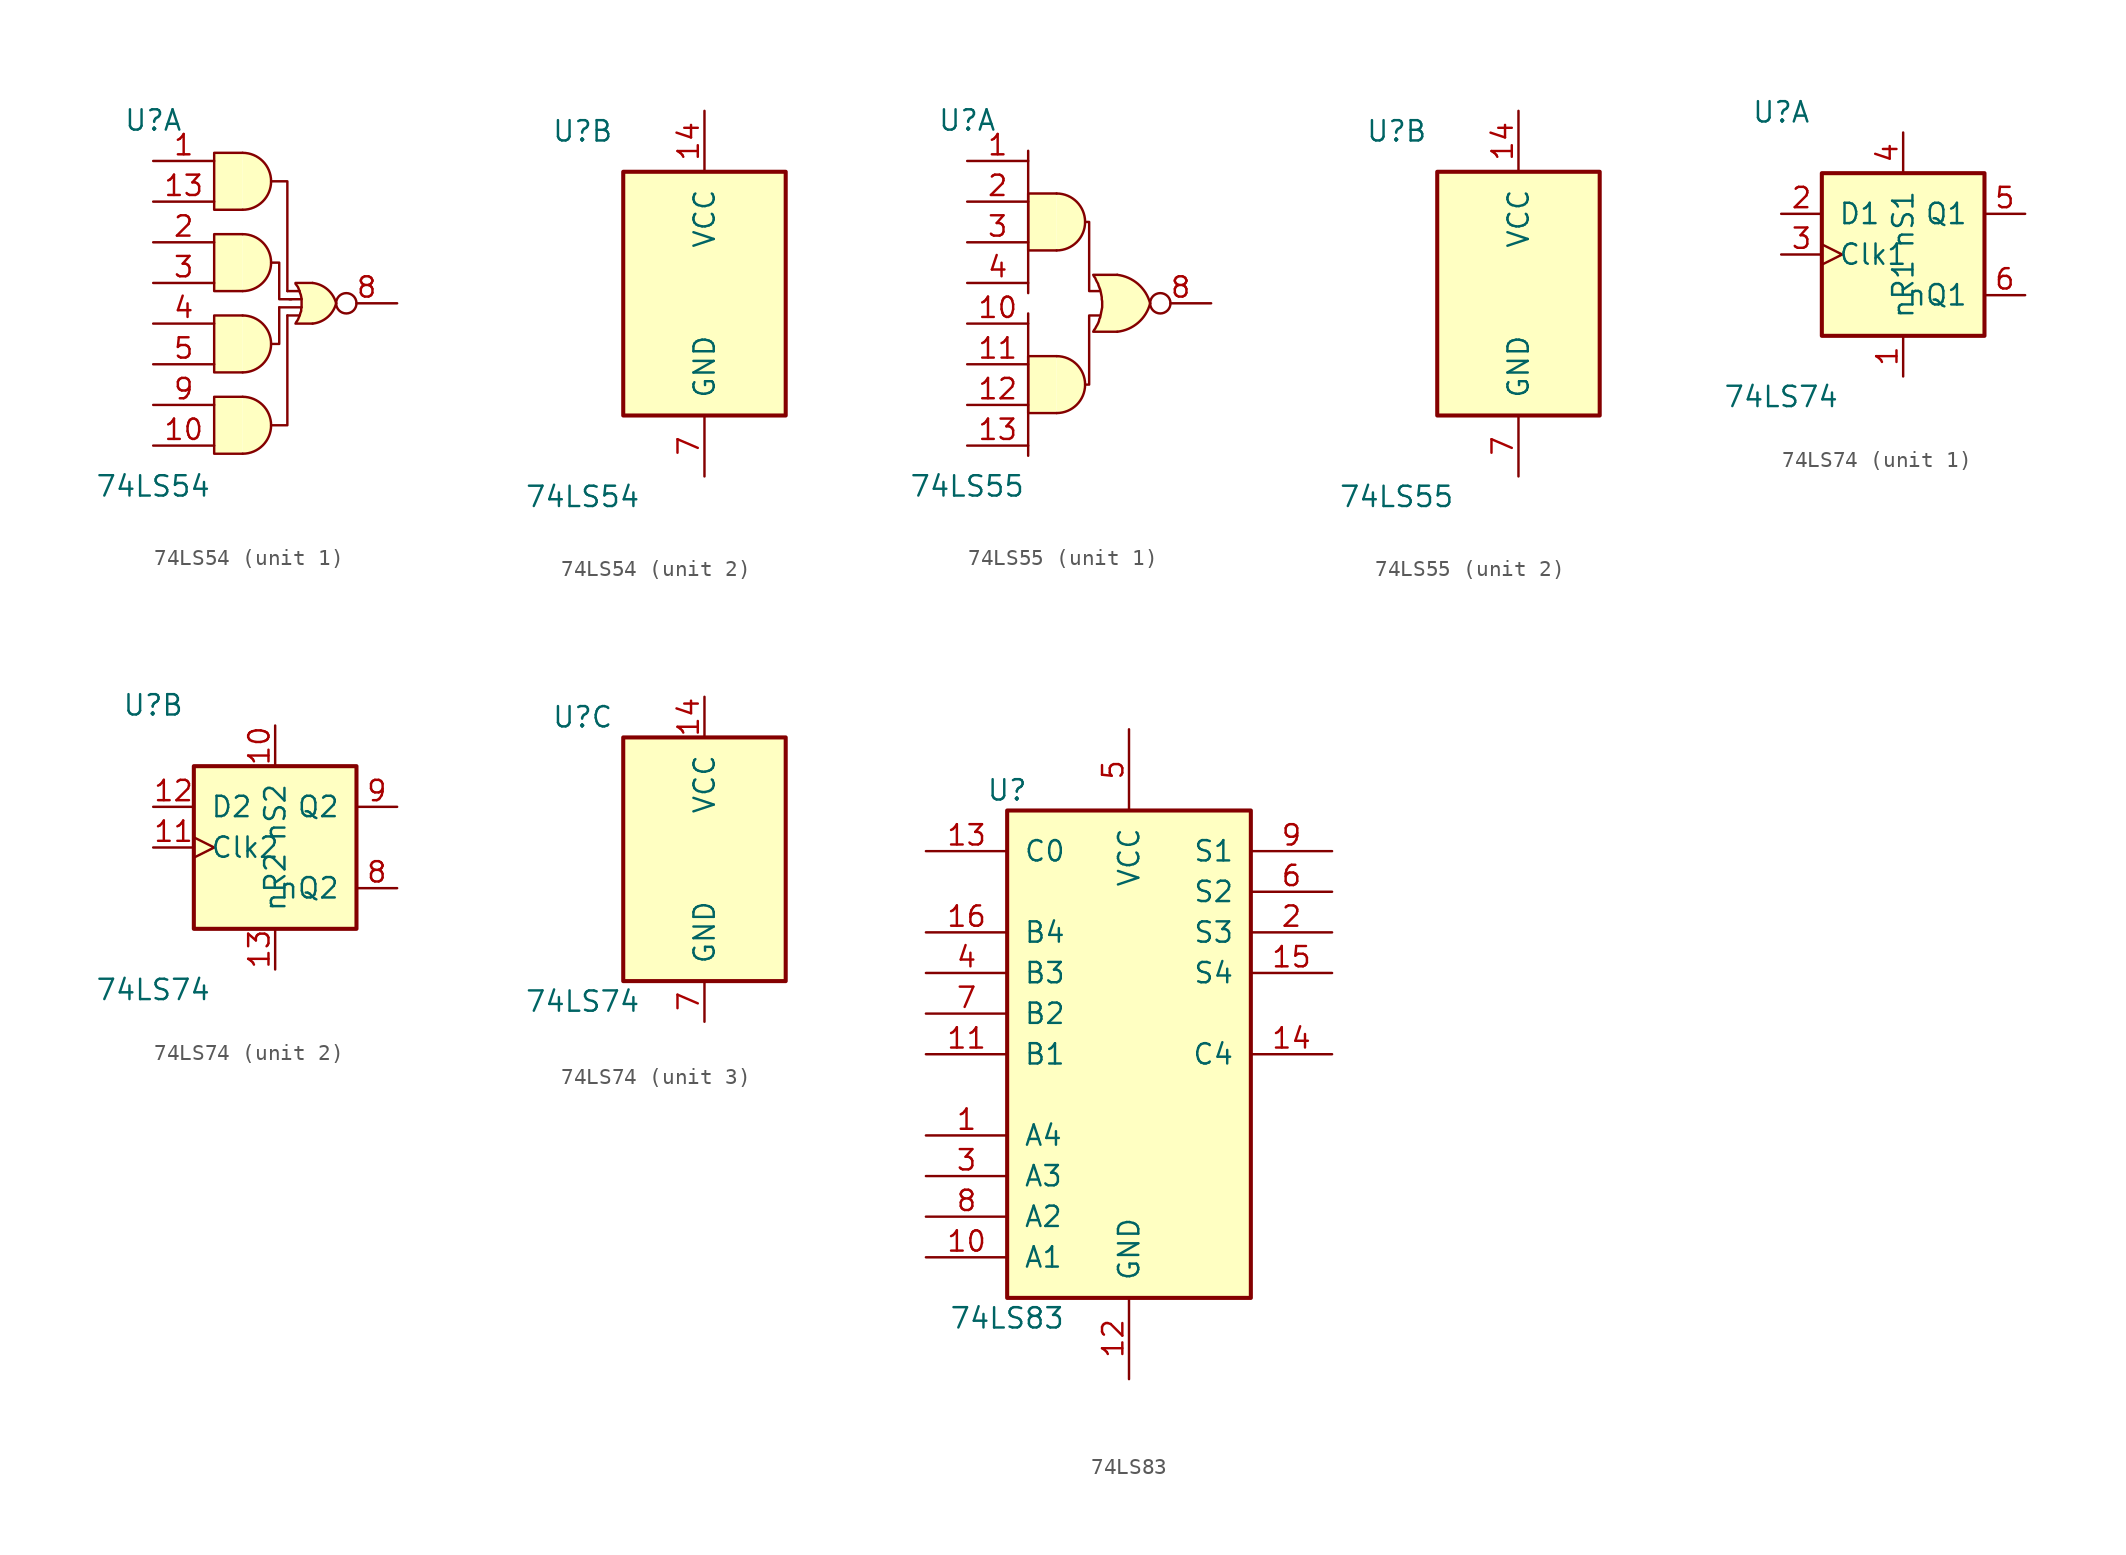
<source format=kicad_sym>
(kicad_symbol_lib
  (version 20211014)
  (generator kicad_symbol_editor)
  (symbol "74LS54"
    (pin_names
      (offset 1.016))
    (property "Reference" "U"
      (at -7.62 10.16 0)
      (effects (font (size 1.27 1.27))))
    (property "Value" "74LS54"
      (at -7.62 -12.7 0)
      (effects (font (size 1.27 1.27))))
    (property "ki_locked" ""
      (at 0 0 0)
      (effects (font (size 1.27 1.27))))
    (symbol "74LS54_1_0"
      (arc (start -2.032 -10.668) (mid -0.254 -8.89) (end -2.032 -7.112) (stroke (width 0) (type default) (color 0 0 0 0)) (fill (type background)))
      (arc (start -2.032 -5.588) (mid -0.254 -3.81) (end -2.032 -2.032) (stroke (width 0) (type default) (color 0 0 0 0)) (fill (type background)))
      (arc (start -2.032 -0.508) (mid -0.254 1.27) (end -2.032 3.048) (stroke (width 0) (type default) (color 0 0 0 0)) (fill (type background)))
      (arc (start -2.032 4.572) (mid -0.254 6.35) (end -2.032 8.128) (stroke (width 0) (type default) (color 0 0 0 0)) (fill (type background)))
      (polyline (pts (xy 0.254 -1.524) (xy 1.651 -1.524)) (stroke (width 0) (type default) (color 0 0 0 0)) (fill (type none)))
      (polyline (pts (xy 0.762 -2.032) (xy 1.524 -2.032)) (stroke (width 0) (type default) (color 0 0 0 0)) (fill (type none)))
      (polyline (pts (xy 0.762 -0.508) (xy 1.524 -0.508)) (stroke (width 0) (type default) (color 0 0 0 0)) (fill (type none)))
      (polyline (pts (xy 1.651 -1.016) (xy 0.889 -1.016)) (stroke (width 0) (type default) (color 0 0 0 0)) (fill (type none)))
      (polyline (pts (xy -0.254 -3.81) (xy 0.254 -3.81) (xy 0.254 -1.524)) (stroke (width 0) (type default) (color 0 0 0 0)) (fill (type none)))
      (polyline (pts (xy 0.762 -2.032) (xy 0.762 -8.89) (xy -0.254 -8.89)) (stroke (width 0) (type default) (color 0 0 0 0)) (fill (type none)))
      (polyline (pts (xy 0.762 -0.508) (xy 0.762 6.35) (xy -0.254 6.35)) (stroke (width 0) (type default) (color 0 0 0 0)) (fill (type none)))
      (polyline (pts (xy -2.032 -7.112) (xy -3.81 -7.112) (xy -3.81 -10.668) (xy -2.032 -10.668)) (stroke (width 0) (type default) (color 0 0 0 0)) (fill (type background)))
      (polyline (pts (xy -2.032 -2.032) (xy -3.81 -2.032) (xy -3.81 -5.588) (xy -2.032 -5.588)) (stroke (width 0) (type default) (color 0 0 0 0)) (fill (type background)))
      (polyline (pts (xy -2.032 3.048) (xy -3.81 3.048) (xy -3.81 -0.508) (xy -2.032 -0.508)) (stroke (width 0) (type default) (color 0 0 0 0)) (fill (type background)))
      (polyline (pts (xy -2.032 8.128) (xy -3.81 8.128) (xy -3.81 4.572) (xy -2.032 4.572)) (stroke (width 0) (type default) (color 0 0 0 0)) (fill (type background)))
      (polyline (pts (xy 1.016 -1.016) (xy 0.254 -1.016) (xy 0.254 1.27) (xy -0.254 1.27)) (stroke (width 0) (type default) (color 0 0 0 0)) (fill (type none)))
      (polyline (pts (xy 2.337 0) (xy 1.27 0) (xy 1.27 0) (xy 1.27 -0.051) (xy 1.346 -0.152) (xy 1.422 -0.254) (xy 1.473 -0.381) (xy 1.524 -0.508) (xy 1.549 -0.61) (xy 1.6 -0.737) (xy 1.626 -0.864) (xy 1.651 -0.991) (xy 1.651 -1.118) (xy 1.651 -1.245) (xy 1.651 -1.372) (xy 1.651 -1.499) (xy 1.626 -1.626) (xy 1.626 -1.753) (xy 1.575 -1.88) (xy 1.549 -1.981) (xy 1.499 -2.108) (xy 1.448 -2.235) (xy 1.397 -2.337) (xy 1.321 -2.438) (xy 1.27 -2.54) (xy 1.27 -2.54) (xy 2.337 -2.54)) (stroke (width 0.152) (type default) (color 0 0 0 0)) (fill (type background)))
      (arc (start 2.3368 -2.54) (mid 3.2732 -2.1367) (end 3.81 -1.27) (stroke (width 0.1524) (type default) (color 0 0 0 0)) (fill (type background)))
      (arc (start 3.81 -1.27) (mid 3.2703 -0.4066) (end 2.3368 0) (stroke (width 0.1524) (type default) (color 0 0 0 0)) (fill (type background)))
      (pin input line (at -7.62 7.62 0) (length 3.81) (name "~" (effects (font (size 1.27 1.27)))) (number "1" (effects (font (size 1.27 1.27)))))
      (pin input line (at -7.62 -10.16 0) (length 3.81) (name "~" (effects (font (size 1.27 1.27)))) (number "10" (effects (font (size 1.27 1.27)))))
      (pin input line (at -7.62 5.08 0) (length 3.81) (name "~" (effects (font (size 1.27 1.27)))) (number "13" (effects (font (size 1.27 1.27)))))
      (pin input line (at -7.62 2.54 0) (length 3.81) (name "~" (effects (font (size 1.27 1.27)))) (number "2" (effects (font (size 1.27 1.27)))))
      (pin input line (at -7.62 0 0) (length 3.81) (name "~" (effects (font (size 1.27 1.27)))) (number "3" (effects (font (size 1.27 1.27)))))
      (pin input line (at -7.62 -2.54 0) (length 3.81) (name "~" (effects (font (size 1.27 1.27)))) (number "4" (effects (font (size 1.27 1.27)))))
      (pin input line (at -7.62 -5.08 0) (length 3.81) (name "~" (effects (font (size 1.27 1.27)))) (number "5" (effects (font (size 1.27 1.27)))))
      (pin output inverted (at 7.62 -1.27 180) (length 3.81) (name "~" (effects (font (size 1.27 1.27)))) (number "8" (effects (font (size 1.27 1.27)))))
      (pin input line (at -7.62 -7.62 0) (length 3.81) (name "~" (effects (font (size 1.27 1.27)))) (number "9" (effects (font (size 1.27 1.27))))))
    (symbol "74LS54_2_0"
      (pin power_in line (at 0 11.43 270) (length 3.81) (name "VCC" (effects (font (size 1.27 1.27)))) (number "14" (effects (font (size 1.27 1.27)))))
      (pin power_in line (at 0 -11.43 90) (length 3.81) (name "GND" (effects (font (size 1.27 1.27)))) (number "7" (effects (font (size 1.27 1.27))))))
    (symbol "74LS54_2_1"
      (rectangle (start -5.08 7.62) (end 5.08 -7.62) (stroke (width 0.254) (type default) (color 0 0 0 0)) (fill (type background)))))
  (symbol "74LS55"
    (pin_names
      (offset 1.016))
    (property "Reference" "U"
      (at -7.62 10.16 0)
      (effects (font (size 1.27 1.27))))
    (property "Value" "74LS55"
      (at -7.62 -12.7 0)
      (effects (font (size 1.27 1.27))))
    (property "ki_locked" ""
      (at 0 0 0)
      (effects (font (size 1.27 1.27))))
    (symbol "74LS55_1_0"
      (arc (start -2.032 -8.128) (mid -0.254 -6.35) (end -2.032 -4.572) (stroke (width 0) (type default) (color 0 0 0 0)) (fill (type background)))
      (arc (start -2.032 2.032) (mid -0.254 3.81) (end -2.032 5.588) (stroke (width 0) (type default) (color 0 0 0 0)) (fill (type background)))
      (polyline (pts (xy -3.81 -1.905) (xy -3.81 -10.795)) (stroke (width 0) (type default) (color 0 0 0 0)) (fill (type none)))
      (polyline (pts (xy -3.81 8.255) (xy -3.81 -0.635)) (stroke (width 0) (type default) (color 0 0 0 0)) (fill (type none)))
      (polyline (pts (xy -2.032 -4.572) (xy -3.81 -4.572) (xy -3.81 -8.128) (xy -2.032 -8.128)) (stroke (width 0) (type default) (color 0 0 0 0)) (fill (type background)))
      (polyline (pts (xy -2.032 5.588) (xy -3.81 5.588) (xy -3.81 2.032) (xy -2.032 2.032)) (stroke (width 0) (type default) (color 0 0 0 0)) (fill (type background)))
      (polyline (pts (xy -0.254 3.81) (xy 0 3.81) (xy 0 -0.508) (xy 0.635 -0.508)) (stroke (width 0) (type default) (color 0 0 0 0)) (fill (type none)))
      (polyline (pts (xy 0.635 -2.032) (xy 0 -2.032) (xy 0 -6.35) (xy -0.254 -6.35)) (stroke (width 0) (type default) (color 0 0 0 0)) (fill (type none)))
      (polyline (pts (xy 1.753 0.508) (xy 0.254 0.508) (xy 0.254 0.508) (xy 0.305 0.406) (xy 0.381 0.305) (xy 0.432 0.178) (xy 0.483 0.076) (xy 0.559 -0.051) (xy 0.584 -0.152) (xy 0.635 -0.279) (xy 0.686 -0.406) (xy 0.711 -0.508) (xy 0.737 -0.635) (xy 0.762 -0.762) (xy 0.787 -0.889) (xy 0.787 -1.016) (xy 0.813 -1.143) (xy 0.813 -1.27) (xy 0.813 -1.397) (xy 0.813 -1.524) (xy 0.787 -1.651) (xy 0.762 -1.778) (xy 0.737 -1.905) (xy 0.711 -2.032) (xy 0.686 -2.159) (xy 0.635 -2.261) (xy 0.61 -2.388) (xy 0.559 -2.515) (xy 0.508 -2.616) (xy 0.432 -2.743) (xy 0.381 -2.845) (xy 0.305 -2.946) (xy 0.254 -3.048) (xy 0.254 -3.048) (xy 1.753 -3.048)) (stroke (width 0.152) (type default) (color 0 0 0 0)) (fill (type background)))
      (arc (start 1.7526 -3.048) (mid 3.0615 -2.4832) (end 3.81 -1.27) (stroke (width 0.1524) (type default) (color 0 0 0 0)) (fill (type background)))
      (arc (start 3.81 -1.27) (mid 3.0545 -0.0648) (end 1.7526 0.508) (stroke (width 0.1524) (type default) (color 0 0 0 0)) (fill (type background)))
      (pin input line (at -7.62 7.62 0) (length 3.81) (name "~" (effects (font (size 1.27 1.27)))) (number "1" (effects (font (size 1.27 1.27)))))
      (pin input line (at -7.62 -2.54 0) (length 3.81) (name "~" (effects (font (size 1.27 1.27)))) (number "10" (effects (font (size 1.27 1.27)))))
      (pin input line (at -7.62 -5.08 0) (length 3.81) (name "~" (effects (font (size 1.27 1.27)))) (number "11" (effects (font (size 1.27 1.27)))))
      (pin input line (at -7.62 -7.62 0) (length 3.81) (name "~" (effects (font (size 1.27 1.27)))) (number "12" (effects (font (size 1.27 1.27)))))
      (pin input line (at -7.62 -10.16 0) (length 3.81) (name "~" (effects (font (size 1.27 1.27)))) (number "13" (effects (font (size 1.27 1.27)))))
      (pin input line (at -7.62 5.08 0) (length 3.81) (name "~" (effects (font (size 1.27 1.27)))) (number "2" (effects (font (size 1.27 1.27)))))
      (pin input line (at -7.62 2.54 0) (length 3.81) (name "~" (effects (font (size 1.27 1.27)))) (number "3" (effects (font (size 1.27 1.27)))))
      (pin input line (at -7.62 0 0) (length 3.81) (name "~" (effects (font (size 1.27 1.27)))) (number "4" (effects (font (size 1.27 1.27)))))
      (pin output inverted (at 7.62 -1.27 180) (length 3.81) (name "~" (effects (font (size 1.27 1.27)))) (number "8" (effects (font (size 1.27 1.27))))))
    (symbol "74LS55_2_0"
      (pin power_in line (at 0 11.43 270) (length 3.81) (name "VCC" (effects (font (size 1.27 1.27)))) (number "14" (effects (font (size 1.27 1.27)))))
      (pin power_in line (at 0 -11.43 90) (length 3.81) (name "GND" (effects (font (size 1.27 1.27)))) (number "7" (effects (font (size 1.27 1.27))))))
    (symbol "74LS55_2_1"
      (rectangle (start -5.08 7.62) (end 5.08 -7.62) (stroke (width 0.254) (type default) (color 0 0 0 0)) (fill (type background)))))
  (symbol "74LS74"
    (pin_names
      (offset 1.016))
    (property "Reference" "U"
      (at -7.62 8.89 0)
      (effects (font (size 1.27 1.27))))
    (property "Value" "74LS74"
      (at -7.62 -8.89 0)
      (effects (font (size 1.27 1.27))))
    (property "ki_locked" ""
      (at 0 0 0)
      (effects (font (size 1.27 1.27))))
    (symbol "74LS74_1_0"
      (pin input line (at 0 -7.62 90) (length 2.54) (name "nR1" (effects (font (size 1.27 1.27)))) (number "1" (effects (font (size 1.27 1.27)))))
      (pin input line (at -7.62 2.54 0) (length 2.54) (name "D1" (effects (font (size 1.27 1.27)))) (number "2" (effects (font (size 1.27 1.27)))))
      (pin input clock (at -7.62 0 0) (length 2.54) (name "Clk1" (effects (font (size 1.27 1.27)))) (number "3" (effects (font (size 1.27 1.27)))))
      (pin input line (at 0 7.62 270) (length 2.54) (name "nS1" (effects (font (size 1.27 1.27)))) (number "4" (effects (font (size 1.27 1.27)))))
      (pin output line (at 7.62 2.54 180) (length 2.54) (name "Q1" (effects (font (size 1.27 1.27)))) (number "5" (effects (font (size 1.27 1.27)))))
      (pin output line (at 7.62 -2.54 180) (length 2.54) (name "nQ1" (effects (font (size 1.27 1.27)))) (number "6" (effects (font (size 1.27 1.27))))))
    (symbol "74LS74_1_1"
      (rectangle (start -5.08 5.08) (end 5.08 -5.08) (stroke (width 0.254) (type default) (color 0 0 0 0)) (fill (type background))))
    (symbol "74LS74_2_0"
      (pin input line (at 0 7.62 270) (length 2.54) (name "nS2" (effects (font (size 1.27 1.27)))) (number "10" (effects (font (size 1.27 1.27)))))
      (pin input clock (at -7.62 0 0) (length 2.54) (name "Clk2" (effects (font (size 1.27 1.27)))) (number "11" (effects (font (size 1.27 1.27)))))
      (pin input line (at -7.62 2.54 0) (length 2.54) (name "D2" (effects (font (size 1.27 1.27)))) (number "12" (effects (font (size 1.27 1.27)))))
      (pin input line (at 0 -7.62 90) (length 2.54) (name "nR2" (effects (font (size 1.27 1.27)))) (number "13" (effects (font (size 1.27 1.27)))))
      (pin output line (at 7.62 -2.54 180) (length 2.54) (name "nQ2" (effects (font (size 1.27 1.27)))) (number "8" (effects (font (size 1.27 1.27)))))
      (pin output line (at 7.62 2.54 180) (length 2.54) (name "Q2" (effects (font (size 1.27 1.27)))) (number "9" (effects (font (size 1.27 1.27))))))
    (symbol "74LS74_2_1"
      (rectangle (start -5.08 5.08) (end 5.08 -5.08) (stroke (width 0.254) (type default) (color 0 0 0 0)) (fill (type background))))
    (symbol "74LS74_3_0"
      (pin power_in line (at 0 10.16 270) (length 2.54) (name "VCC" (effects (font (size 1.27 1.27)))) (number "14" (effects (font (size 1.27 1.27)))))
      (pin power_in line (at 0 -10.16 90) (length 2.54) (name "GND" (effects (font (size 1.27 1.27)))) (number "7" (effects (font (size 1.27 1.27))))))
    (symbol "74LS74_3_1"
      (rectangle (start -5.08 7.62) (end 5.08 -7.62) (stroke (width 0.254) (type default) (color 0 0 0 0)) (fill (type background)))))
  (symbol "74LS83"
    (pin_names
      (offset 1.016))
    (property "Reference" "U"
      (at -7.62 16.51 0)
      (effects (font (size 1.27 1.27))))
    (property "Value" "74LS83"
      (at -7.62 -16.51 0)
      (effects (font (size 1.27 1.27))))
    (symbol "74LS83_1_0"
      (pin input line (at -12.7 -5.08 0) (length 5.08) (name "A4" (effects (font (size 1.27 1.27)))) (number "1" (effects (font (size 1.27 1.27)))))
      (pin input line (at -12.7 -12.7 0) (length 5.08) (name "A1" (effects (font (size 1.27 1.27)))) (number "10" (effects (font (size 1.27 1.27)))))
      (pin input line (at -12.7 0 0) (length 5.08) (name "B1" (effects (font (size 1.27 1.27)))) (number "11" (effects (font (size 1.27 1.27)))))
      (pin power_in line (at 0 -20.32 90) (length 5.08) (name "GND" (effects (font (size 1.27 1.27)))) (number "12" (effects (font (size 1.27 1.27)))))
      (pin input line (at -12.7 12.7 0) (length 5.08) (name "C0" (effects (font (size 1.27 1.27)))) (number "13" (effects (font (size 1.27 1.27)))))
      (pin output line (at 12.7 0 180) (length 5.08) (name "C4" (effects (font (size 1.27 1.27)))) (number "14" (effects (font (size 1.27 1.27)))))
      (pin output line (at 12.7 5.08 180) (length 5.08) (name "S4" (effects (font (size 1.27 1.27)))) (number "15" (effects (font (size 1.27 1.27)))))
      (pin input line (at -12.7 7.62 0) (length 5.08) (name "B4" (effects (font (size 1.27 1.27)))) (number "16" (effects (font (size 1.27 1.27)))))
      (pin output line (at 12.7 7.62 180) (length 5.08) (name "S3" (effects (font (size 1.27 1.27)))) (number "2" (effects (font (size 1.27 1.27)))))
      (pin input line (at -12.7 -7.62 0) (length 5.08) (name "A3" (effects (font (size 1.27 1.27)))) (number "3" (effects (font (size 1.27 1.27)))))
      (pin input line (at -12.7 5.08 0) (length 5.08) (name "B3" (effects (font (size 1.27 1.27)))) (number "4" (effects (font (size 1.27 1.27)))))
      (pin power_in line (at 0 20.32 270) (length 5.08) (name "VCC" (effects (font (size 1.27 1.27)))) (number "5" (effects (font (size 1.27 1.27)))))
      (pin output line (at 12.7 10.16 180) (length 5.08) (name "S2" (effects (font (size 1.27 1.27)))) (number "6" (effects (font (size 1.27 1.27)))))
      (pin input line (at -12.7 2.54 0) (length 5.08) (name "B2" (effects (font (size 1.27 1.27)))) (number "7" (effects (font (size 1.27 1.27)))))
      (pin input line (at -12.7 -10.16 0) (length 5.08) (name "A2" (effects (font (size 1.27 1.27)))) (number "8" (effects (font (size 1.27 1.27)))))
      (pin output line (at 12.7 12.7 180) (length 5.08) (name "S1" (effects (font (size 1.27 1.27)))) (number "9" (effects (font (size 1.27 1.27))))))
    (symbol "74LS83_1_1"
      (rectangle (start -7.62 15.24) (end 7.62 -15.24) (stroke (width 0.254) (type default) (color 0 0 0 0)) (fill (type background))))))
</source>
